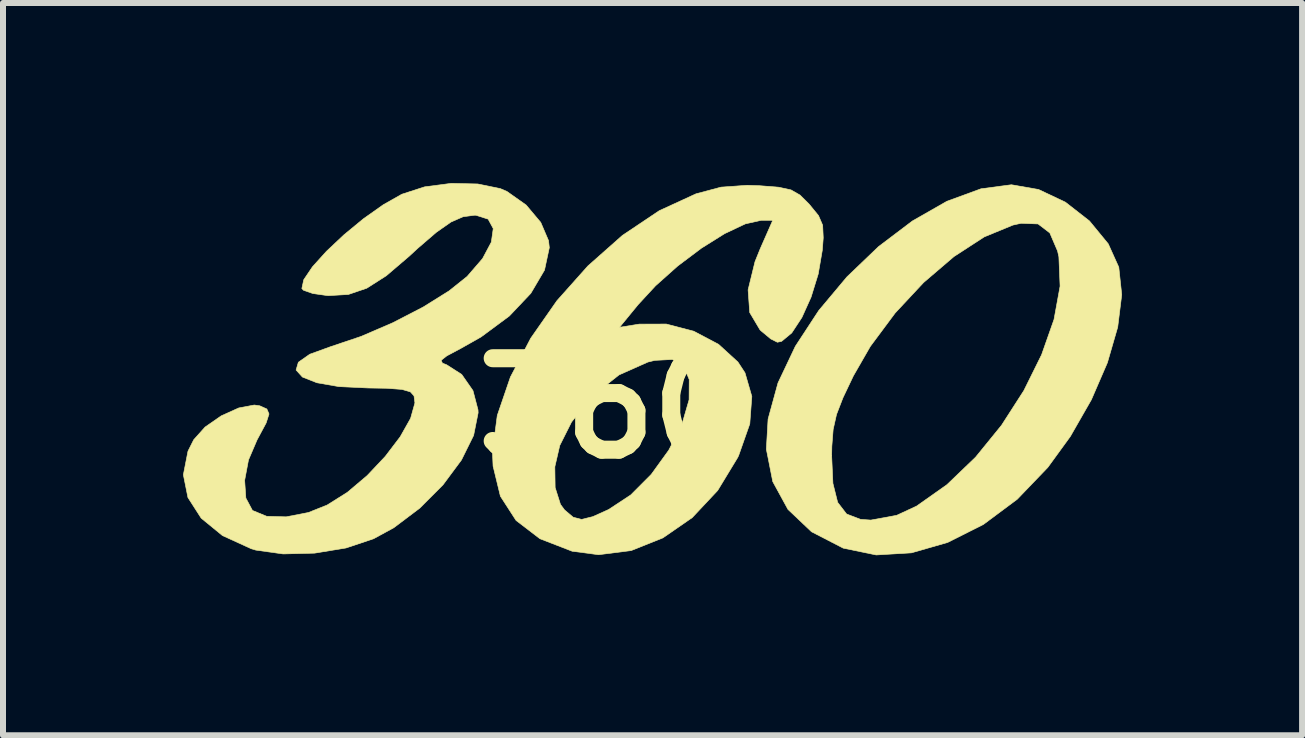
<source format=kicad_pcb>
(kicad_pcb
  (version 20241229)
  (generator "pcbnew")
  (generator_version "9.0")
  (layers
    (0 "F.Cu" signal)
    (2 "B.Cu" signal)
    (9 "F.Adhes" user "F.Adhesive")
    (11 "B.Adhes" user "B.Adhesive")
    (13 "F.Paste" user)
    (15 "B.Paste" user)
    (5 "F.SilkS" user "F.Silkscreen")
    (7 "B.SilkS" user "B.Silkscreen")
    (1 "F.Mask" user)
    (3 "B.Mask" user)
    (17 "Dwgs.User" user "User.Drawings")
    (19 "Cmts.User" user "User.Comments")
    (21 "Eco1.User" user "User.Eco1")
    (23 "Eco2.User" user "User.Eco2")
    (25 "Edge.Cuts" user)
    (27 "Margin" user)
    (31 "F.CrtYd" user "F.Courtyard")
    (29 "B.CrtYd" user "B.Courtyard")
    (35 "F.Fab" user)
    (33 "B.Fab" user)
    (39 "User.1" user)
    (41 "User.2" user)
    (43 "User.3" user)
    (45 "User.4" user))
  (footprint "360"
    (layer "F.Cu")
    (at 7.118 3.753)
    (property "Reference" "360" (at 0 0 0) (layer "F.SilkS") (effects (font (size 1.524 1.524) (thickness 0.3))))
    (attr through_hole)
    (fp_poly (pts (xy 7.135 -3.646) (xy 7.582 -3.435) (xy 7.983 -3.122) (xy 8.296 -2.741) (xy 8.472 -2.351) (xy 8.521 -1.893) (xy 8.454 -1.353) (xy 8.282 -0.76) (xy 8.015 -0.143) (xy 7.665 0.468) (xy 7.289 0.985) (xy 6.78 1.515) (xy 6.216 1.935) (xy 5.62 2.235) (xy 5.017 2.408) (xy 4.43 2.443) (xy 3.883 2.33) (xy 3.878 2.328) (xy 3.353 2.057) (xy 2.96 1.684) (xy 2.707 1.221) (xy 2.622 0.791) (xy 3.688 0.791) (xy 3.709 1.251) (xy 3.788 1.567) (xy 3.937 1.761) (xy 4.169 1.85) (xy 4.341 1.862) (xy 4.771 1.783) (xy 5.103 1.629) (xy 5.609 1.272) (xy 6.086 0.814) (xy 6.518 0.283) (xy 6.89 -0.295) (xy 7.186 -0.893) (xy 7.393 -1.481) (xy 7.494 -2.035) (xy 7.474 -2.524) (xy 7.452 -2.621) (xy 7.323 -2.922) (xy 7.127 -3.072) (xy 6.844 -3.083) (xy 6.708 -3.053) (xy 6.23 -2.856) (xy 5.725 -2.528) (xy 5.22 -2.096) (xy 4.746 -1.588) (xy 4.333 -1.033) (xy 4.05 -0.541) (xy 3.876 -0.175) (xy 3.769 0.102) (xy 3.713 0.352) (xy 3.691 0.633) (xy 3.688 0.791) (xy 2.622 0.791) (xy 2.6 0.682) (xy 2.629 0.179) (xy 2.794 -0.423) (xy 3.083 -1.033) (xy 3.473 -1.629) (xy 3.943 -2.19) (xy 4.47 -2.695) (xy 5.033 -3.121) (xy 5.609 -3.45) (xy 6.177 -3.658) (xy 6.683 -3.725) (xy 7.135 -3.646)) (stroke (width 0.01) (type solid)) (fill yes) (layer "F.SilkS"))
    (fp_poly (pts (xy 2.486 -3.709) (xy 2.805 -3.684) (xy 3.011 -3.639) (xy 3.161 -3.553) (xy 3.311 -3.404) (xy 3.322 -3.391) (xy 3.469 -3.211) (xy 3.538 -3.051) (xy 3.548 -2.841) (xy 3.532 -2.633) (xy 3.464 -2.237) (xy 3.345 -1.852) (xy 3.192 -1.513) (xy 3.023 -1.256) (xy 2.854 -1.116) (xy 2.784 -1.101) (xy 2.674 -1.156) (xy 2.513 -1.29) (xy 2.494 -1.308) (xy 2.323 -1.596) (xy 2.296 -1.974) (xy 2.411 -2.443) (xy 2.497 -2.656) (xy 2.707 -3.133) (xy 2.515 -3.133) (xy 2.249 -3.073) (xy 1.906 -2.911) (xy 1.519 -2.669) (xy 1.123 -2.371) (xy 0.753 -2.041) (xy 0.463 -1.727) (xy 0.154 -1.35) (xy 0.483 -1.403) (xy 0.934 -1.404) (xy 1.39 -1.285) (xy 1.803 -1.067) (xy 2.126 -0.772) (xy 2.244 -0.592) (xy 2.358 -0.198) (xy 2.324 0.259) (xy 2.139 0.785) (xy 2.123 0.819) (xy 1.789 1.369) (xy 1.365 1.821) (xy 0.876 2.159) (xy 0.348 2.37) (xy -0.195 2.439) (xy -0.635 2.381) (xy -1.172 2.173) (xy -1.57 1.868) (xy -1.831 1.464) (xy -1.95 0.974) (xy -0.924 0.974) (xy -0.919 1.32) (xy -0.83 1.601) (xy -0.762 1.693) (xy -0.619 1.814) (xy -0.48 1.851) (xy -0.292 1.805) (xy -0.028 1.686) (xy 0.341 1.443) (xy 0.683 1.1) (xy 0.975 0.696) (xy 1.193 0.269) (xy 1.313 -0.143) (xy 1.315 -0.48) (xy 1.22 -0.71) (xy 1.034 -0.814) (xy 0.742 -0.799) (xy 0.627 -0.771) (xy 0.146 -0.557) (xy -0.291 -0.212) (xy -0.645 0.227) (xy -0.842 0.619) (xy -0.924 0.974) (xy -1.95 0.974) (xy -1.953 0.962) (xy -1.963 0.728) (xy -1.883 0.119) (xy -1.664 -0.521) (xy -1.326 -1.167) (xy -0.889 -1.793) (xy -0.373 -2.372) (xy 0.202 -2.881) (xy 0.815 -3.292) (xy 1.428 -3.574) (xy 1.845 -3.685) (xy 2.282 -3.716) (xy 2.486 -3.709)) (stroke (width 0.01) (type solid)) (fill yes) (layer "F.SilkS"))
    (fp_poly (pts (xy -2.209 -3.738) (xy -1.833 -3.661) (xy -1.723 -3.614) (xy -1.402 -3.387) (xy -1.159 -3.098) (xy -1.029 -2.794) (xy -1.016 -2.677) (xy -1.096 -2.303) (xy -1.324 -1.916) (xy -1.682 -1.538) (xy -2.152 -1.19) (xy -2.493 -0.997) (xy -2.724 -0.874) (xy -2.818 -0.8) (xy -2.797 -0.753) (xy -2.728 -0.726) (xy -2.476 -0.565) (xy -2.288 -0.295) (xy -2.204 0.026) (xy -2.202 0.075) (xy -2.277 0.451) (xy -2.48 0.861) (xy -2.788 1.276) (xy -3.173 1.662) (xy -3.608 1.99) (xy -3.944 2.173) (xy -4.404 2.327) (xy -4.928 2.413) (xy -5.451 2.426) (xy -5.907 2.362) (xy -5.983 2.339) (xy -6.462 2.12) (xy -6.816 1.83) (xy -7.037 1.486) (xy -7.113 1.107) (xy -7.036 0.714) (xy -6.94 0.523) (xy -6.751 0.312) (xy -6.483 0.126) (xy -6.191 -0.006) (xy -5.932 -0.055) (xy -5.84 -0.042) (xy -5.722 0.011) (xy -5.686 0.094) (xy -5.734 0.244) (xy -5.87 0.498) (xy -5.883 0.521) (xy -6.028 0.86) (xy -6.092 1.2) (xy -6.072 1.495) (xy -5.965 1.696) (xy -5.956 1.704) (xy -5.725 1.799) (xy -5.4 1.808) (xy -5.03 1.736) (xy -4.717 1.611) (xy -4.381 1.4) (xy -4.05 1.12) (xy -3.749 0.801) (xy -3.5 0.474) (xy -3.327 0.167) (xy -3.255 -0.09) (xy -3.27 -0.207) (xy -3.33 -0.274) (xy -3.47 -0.315) (xy -3.721 -0.334) (xy -4.035 -0.339) (xy -4.521 -0.362) (xy -4.888 -0.426) (xy -5.129 -0.521) (xy -5.235 -0.638) (xy -5.197 -0.768) (xy -5.007 -0.901) (xy -4.657 -1.028) (xy -4.152 -1.198) (xy -3.623 -1.426) (xy -3.118 -1.687) (xy -2.685 -1.957) (xy -2.385 -2.197) (xy -2.128 -2.495) (xy -1.982 -2.769) (xy -1.95 -2.995) (xy -2.035 -3.152) (xy -2.239 -3.217) (xy -2.265 -3.217) (xy -2.453 -3.192) (xy -2.654 -3.104) (xy -2.897 -2.934) (xy -3.212 -2.663) (xy -3.349 -2.536) (xy -3.733 -2.208) (xy -4.058 -2.001) (xy -4.364 -1.897) (xy -4.689 -1.878) (xy -4.718 -1.879) (xy -4.956 -1.913) (xy -5.111 -1.967) (xy -5.139 -1.996) (xy -5.107 -2.143) (xy -4.962 -2.358) (xy -4.729 -2.616) (xy -4.437 -2.891) (xy -4.113 -3.158) (xy -3.782 -3.392) (xy -3.473 -3.567) (xy -3.473 -3.567) (xy -3.093 -3.69) (xy -2.65 -3.748) (xy -2.209 -3.738)) (stroke (width 0.01) (type solid)) (fill yes) (layer "F.SilkS")))
  (gr_rect
    (start -3 -3)
    (end 18.644 9.2)
    (stroke (width 0.1) (type default))
    (fill no)
    (layer "Edge.Cuts")))
</source>
